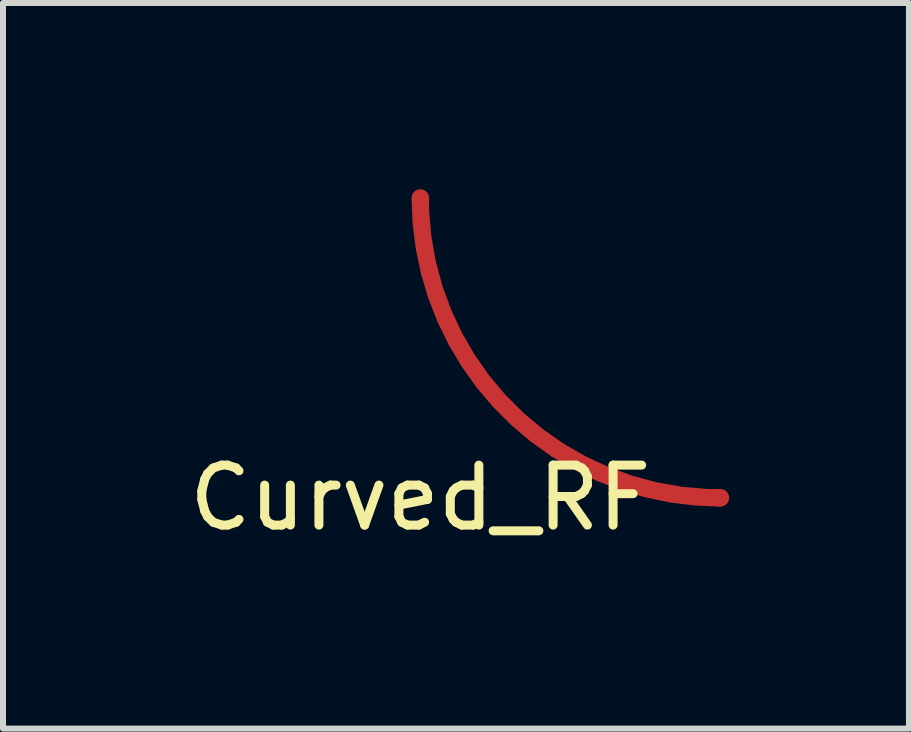
<source format=kicad_pcb>
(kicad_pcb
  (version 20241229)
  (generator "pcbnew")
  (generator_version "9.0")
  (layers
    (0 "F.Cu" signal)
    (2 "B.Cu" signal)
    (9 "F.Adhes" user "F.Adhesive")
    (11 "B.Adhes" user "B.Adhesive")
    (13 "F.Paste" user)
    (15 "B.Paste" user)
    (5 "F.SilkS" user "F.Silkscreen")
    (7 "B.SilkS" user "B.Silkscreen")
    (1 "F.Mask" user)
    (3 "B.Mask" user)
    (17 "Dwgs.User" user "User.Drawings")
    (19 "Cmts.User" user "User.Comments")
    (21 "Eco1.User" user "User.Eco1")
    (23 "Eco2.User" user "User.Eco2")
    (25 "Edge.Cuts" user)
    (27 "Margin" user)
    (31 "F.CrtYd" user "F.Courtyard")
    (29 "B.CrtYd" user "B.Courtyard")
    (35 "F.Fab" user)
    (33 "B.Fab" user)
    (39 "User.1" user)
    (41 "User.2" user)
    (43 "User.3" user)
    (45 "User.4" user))
  (footprint "Curved_RF"
    (layer "F.Cu")
    (at 3.958 0.25)
    (property "Reference" "Curved_RF" (at 0 5 0) (layer "F.SilkS") (effects (font (size 1 1) (thickness 0.15))))
    (attr through_hole)
    (pad "1" smd custom (at 0 0) (size 0.293 0.293) (layers "F.Cu") (options (anchor circle)) (primitives (gr_arc (start 5 5) (mid 1.464466 3.535534) (end 0 0) (width 0.293))))
    (pad "1" smd circle (at 5 5) (size 0.293 0.293) (layers "F.Cu")))
  (gr_rect
    (start -3 -3)
    (end 12.105 9.098)
    (stroke (width 0.1) (type default))
    (fill no)
    (layer "Edge.Cuts")))
</source>
